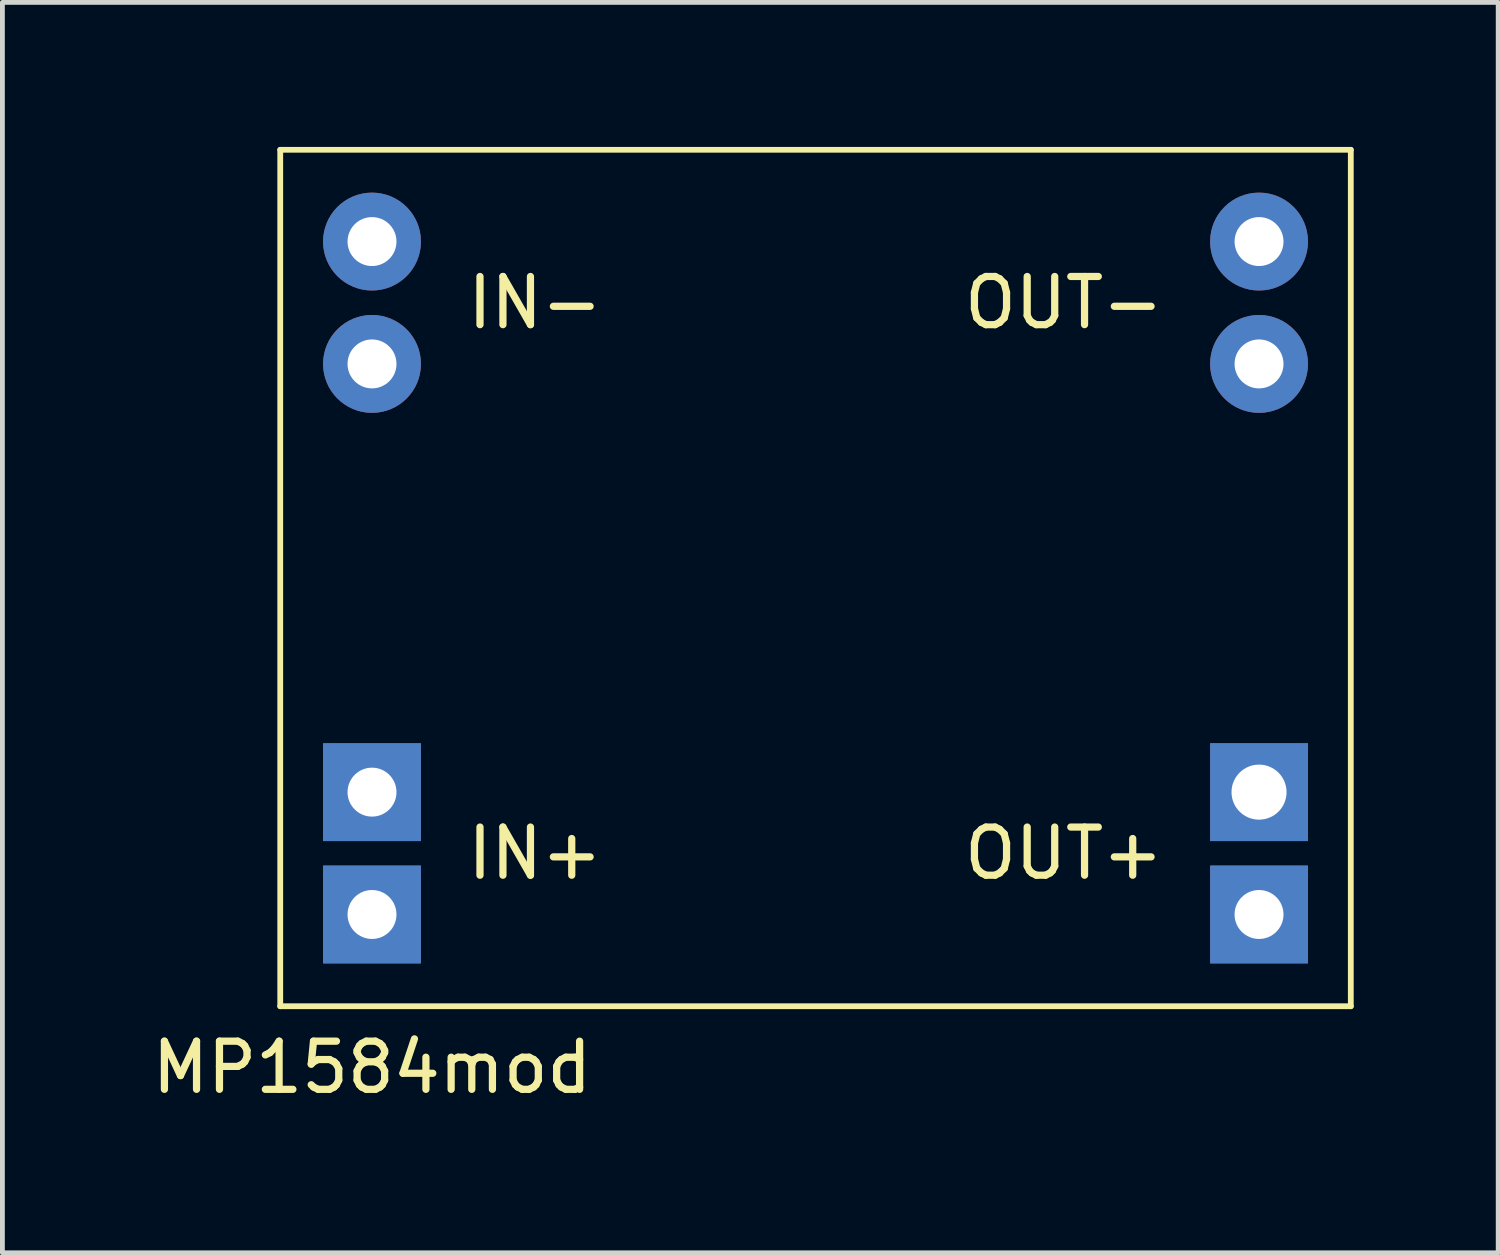
<source format=kicad_pcb>
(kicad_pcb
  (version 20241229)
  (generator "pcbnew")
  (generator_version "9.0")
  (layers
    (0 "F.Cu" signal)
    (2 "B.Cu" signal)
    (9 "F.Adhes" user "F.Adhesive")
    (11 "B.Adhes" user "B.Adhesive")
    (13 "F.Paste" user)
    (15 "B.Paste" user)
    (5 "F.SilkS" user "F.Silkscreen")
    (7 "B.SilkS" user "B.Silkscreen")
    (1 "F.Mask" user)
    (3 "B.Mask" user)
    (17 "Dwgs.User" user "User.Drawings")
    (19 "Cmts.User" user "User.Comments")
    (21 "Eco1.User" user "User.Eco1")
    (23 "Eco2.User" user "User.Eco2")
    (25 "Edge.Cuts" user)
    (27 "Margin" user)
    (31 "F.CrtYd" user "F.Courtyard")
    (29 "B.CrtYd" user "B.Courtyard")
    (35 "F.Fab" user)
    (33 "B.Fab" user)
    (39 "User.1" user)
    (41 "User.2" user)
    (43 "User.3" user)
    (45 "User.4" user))
  (footprint "MP1584mod"
    (layer "F.Cu")
    (at 14.198 9.585)
    (property "Reference" "MP1584mod" (at -9.525 9.525 0) (layer "F.SilkS") (effects (font (size 1 1) (thickness 0.15))))
    (attr through_hole)
    (fp_line (start -11.43 -9.525) (end -11.43 8.255) (stroke (width 0.12) (type solid)) (layer "F.SilkS"))
    (fp_line (start -11.43 8.255) (end 10.795 8.255) (stroke (width 0.12) (type solid)) (layer "F.SilkS"))
    (fp_line (start 10.795 -9.525) (end -11.43 -9.525) (stroke (width 0.12) (type solid)) (layer "F.SilkS"))
    (fp_line (start 10.795 8.255) (end 10.795 -9.525) (stroke (width 0.12) (type solid)) (layer "F.SilkS"))
    (fp_text user "IN+" (at -7.62 5.08 0) (layer "F.SilkS") (effects (font (size 1 1) (thickness 0.15)) (justify left)))
    (fp_text user "OUT-" (at 6.985 -6.35 0) (layer "F.SilkS") (effects (font (size 1 1) (thickness 0.15)) (justify right)))
    (fp_text user "IN-" (at -7.62 -6.35 0) (layer "F.SilkS") (effects (font (size 1 1) (thickness 0.15)) (justify left)))
    (fp_text user "OUT+" (at 6.985 5.08 0) (layer "F.SilkS") (effects (font (size 1 1) (thickness 0.15)) (justify right)))
    (pad "1" thru_hole rect (at -9.525 6.35) (size 2.032 2.032) (drill 1.016) (layers "*.Cu" "*.Mask"))
    (pad "2" thru_hole rect (at -9.525 3.81) (size 2.032 2.032) (drill 1.016) (layers "*.Cu" "*.Mask"))
    (pad "3" thru_hole circle (at -9.525 -5.08) (size 2.032 2.032) (drill 1.016) (layers "*.Cu" "*.Mask"))
    (pad "4" thru_hole circle (at -9.525 -7.62) (size 2.032 2.032) (drill 1.016) (layers "*.Cu" "*.Mask"))
    (pad "5" thru_hole rect (at 8.89 6.35) (size 2.032 2.032) (drill 1.016) (layers "*.Cu" "*.Mask"))
    (pad "6" thru_hole rect (at 8.89 3.81) (size 2.032 2.032) (drill 1.143) (layers "*.Cu" "*.Mask"))
    (pad "7" thru_hole circle (at 8.89 -5.08) (size 2.032 2.032) (drill 1.016) (layers "*.Cu" "*.Mask"))
    (pad "8" thru_hole circle (at 8.89 -7.62) (size 2.032 2.032) (drill 1.016) (layers "*.Cu" "*.Mask")))
  (gr_rect
    (start -3 -3)
    (end 28.053 22.958)
    (stroke (width 0.1) (type default))
    (fill no)
    (layer "Edge.Cuts")))
</source>
